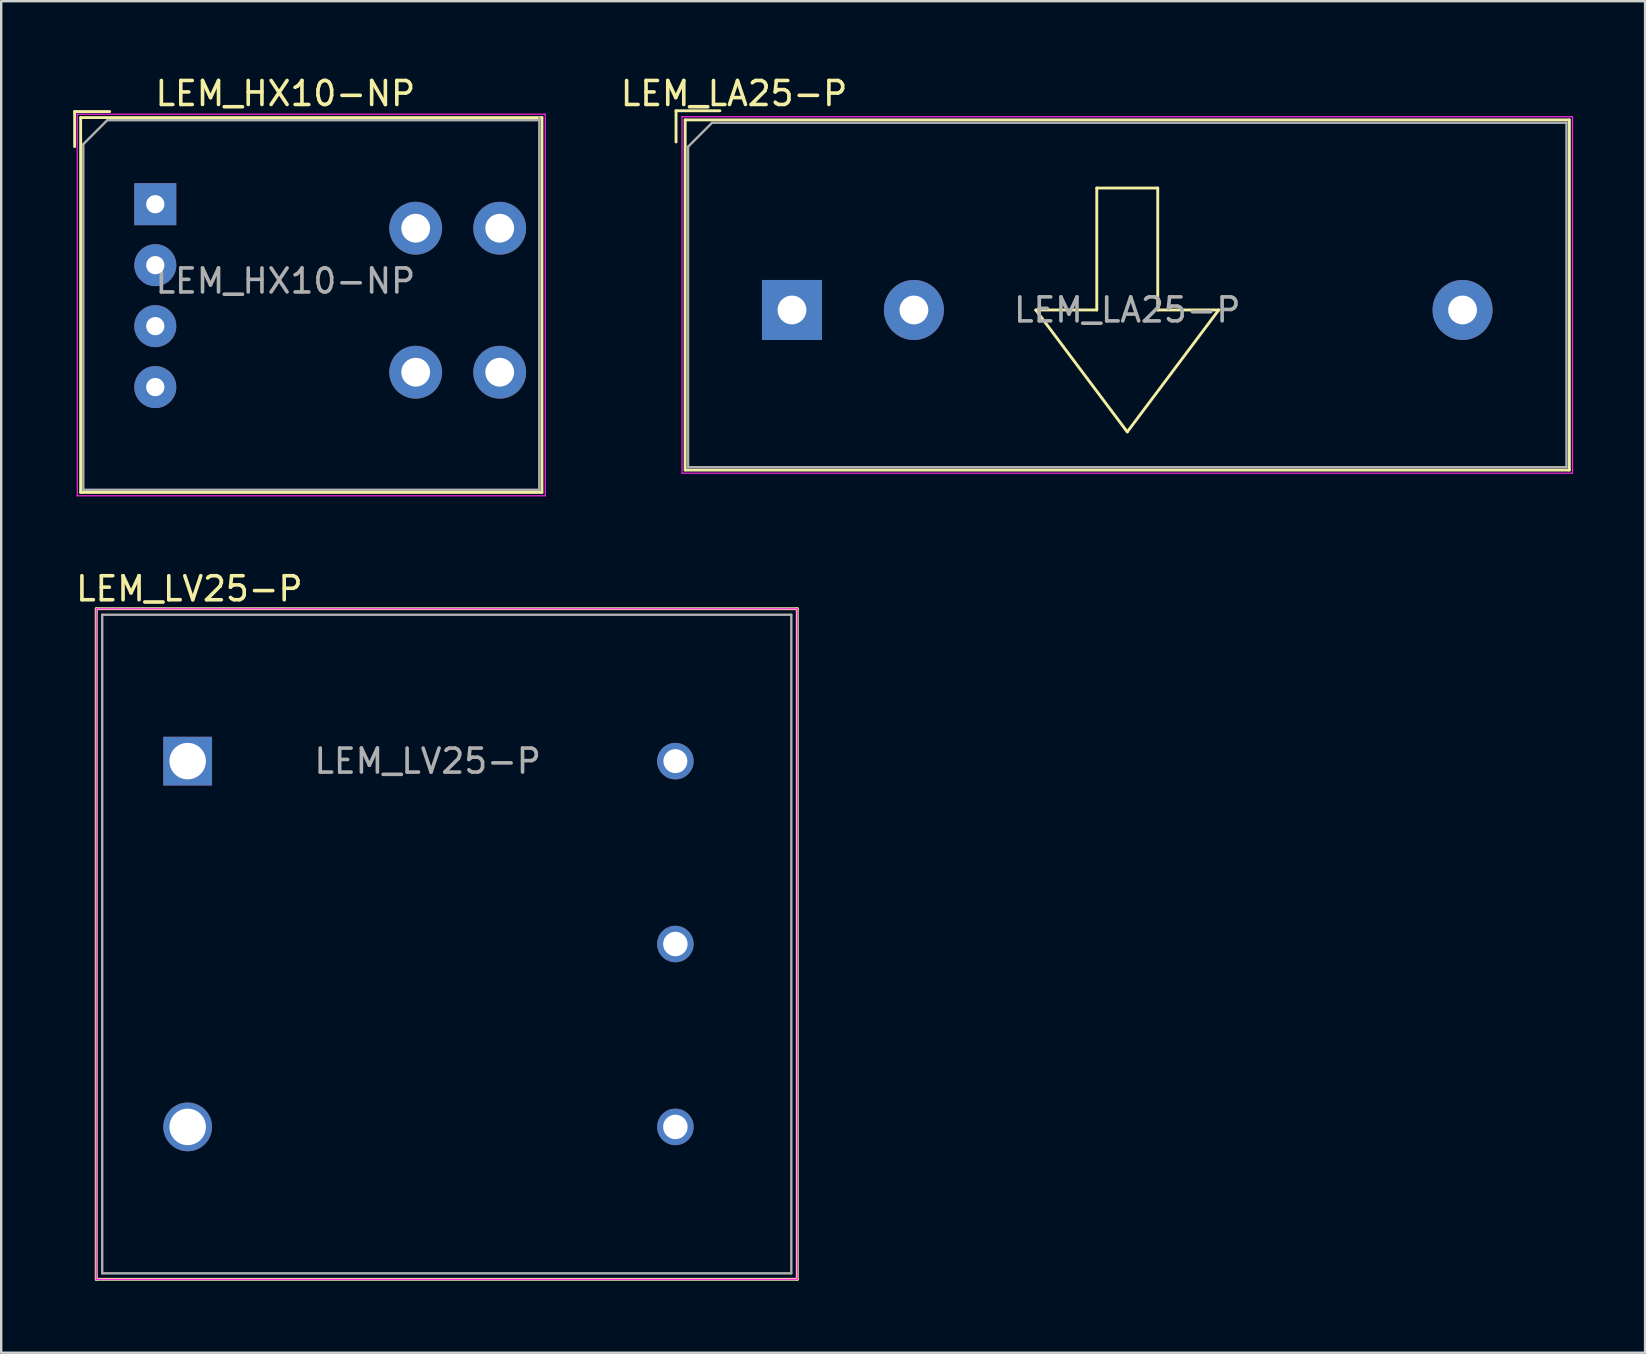
<source format=kicad_pcb>
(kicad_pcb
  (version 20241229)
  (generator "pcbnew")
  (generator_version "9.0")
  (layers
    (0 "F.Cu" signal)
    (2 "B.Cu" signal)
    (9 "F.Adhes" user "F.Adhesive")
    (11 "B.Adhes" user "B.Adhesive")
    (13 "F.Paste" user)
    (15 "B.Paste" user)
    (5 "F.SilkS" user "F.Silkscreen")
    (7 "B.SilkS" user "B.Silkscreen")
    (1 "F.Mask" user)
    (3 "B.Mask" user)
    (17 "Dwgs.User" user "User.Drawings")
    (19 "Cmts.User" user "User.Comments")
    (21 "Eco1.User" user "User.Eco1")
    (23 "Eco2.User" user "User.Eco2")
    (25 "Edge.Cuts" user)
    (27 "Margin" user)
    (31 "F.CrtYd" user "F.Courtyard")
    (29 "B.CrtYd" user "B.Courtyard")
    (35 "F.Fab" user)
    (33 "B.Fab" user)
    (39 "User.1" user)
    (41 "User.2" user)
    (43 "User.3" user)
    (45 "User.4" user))
  (footprint "LEM_LV25-P"
    (layer "F.Cu")
    (at 4.769 28.662)
    (property "Reference" "LEM_LV25-P" (at 0.07 -7.18 180) (layer "F.SilkS") (effects (font (size 1 1) (thickness 0.15))))
    (attr through_hole)
    (fp_line (start -3.81 -6.35) (end 25.4 -6.35) (stroke (width 0.12) (type solid)) (layer "F.SilkS"))
    (fp_line (start -3.81 21.59) (end -3.81 -6.35) (stroke (width 0.12) (type solid)) (layer "F.SilkS"))
    (fp_line (start 25.4 -6.35) (end 25.4 21.59) (stroke (width 0.12) (type solid)) (layer "F.SilkS"))
    (fp_line (start 25.4 21.59) (end -3.81 21.59) (stroke (width 0.12) (type solid)) (layer "F.SilkS"))
    (fp_line (start -3.81 21.59) (end -3.81 -6.35) (stroke (width 0.05) (type solid)) (layer "F.CrtYd"))
    (fp_line (start -3.81 21.59) (end 25.4 21.59) (stroke (width 0.05) (type solid)) (layer "F.CrtYd"))
    (fp_line (start 25.4 -6.35) (end -3.81 -6.35) (stroke (width 0.05) (type solid)) (layer "F.CrtYd"))
    (fp_line (start 25.4 -6.35) (end 25.4 21.59) (stroke (width 0.05) (type solid)) (layer "F.CrtYd"))
    (fp_line (start -3.56 -6.1) (end 25.15 -6.1) (stroke (width 0.1) (type solid)) (layer "F.Fab"))
    (fp_line (start -3.56 21.34) (end -3.56 -6.1) (stroke (width 0.1) (type solid)) (layer "F.Fab"))
    (fp_line (start 25.15 -6.1) (end 25.15 21.34) (stroke (width 0.1) (type solid)) (layer "F.Fab"))
    (fp_line (start 25.15 21.34) (end -3.56 21.34) (stroke (width 0.1) (type solid)) (layer "F.Fab"))
    (fp_text user "${REFERENCE}" (at 10 0 180) (layer "F.Fab") (effects (font (size 1 1) (thickness 0.15))))
    (pad "1" thru_hole rect (at 0 0 90) (size 2.03 2.03) (drill 1.52) (layers "*.Cu" "*.Mask"))
    (pad "3" thru_hole circle (at 0 15.24 90) (size 2.03 2.03) (drill 1.52) (layers "*.Cu" "*.Mask"))
    (pad "4" thru_hole circle (at 20.32 15.24 90) (size 1.52 1.52) (drill 1.02) (layers "*.Cu" "*.Mask"))
    (pad "5" thru_hole circle (at 20.32 7.62 90) (size 1.52 1.52) (drill 1.02) (layers "*.Cu" "*.Mask"))
    (pad "6" thru_hole circle (at 20.32 0 90) (size 1.52 1.52) (drill 1) (layers "*.Cu" "*.Mask")))
  (footprint "LEM_LA25-P"
    (layer "F.Cu")
    (at 29.947 9.865)
    (property "Reference" "LEM_LA25-P" (at -2.413 -9.017 0) (layer "F.SilkS") (effects (font (size 1 1) (thickness 0.15))))
    (attr through_hole)
    (fp_line (start -4.83 -8.3) (end -4.83 -7) (stroke (width 0.12) (type solid)) (layer "F.SilkS"))
    (fp_line (start -4.45 -7.92) (end -4.45 6.67) (stroke (width 0.12) (type solid)) (layer "F.SilkS"))
    (fp_line (start -4.45 6.67) (end 32.39 6.67) (stroke (width 0.12) (type solid)) (layer "F.SilkS"))
    (fp_line (start -3 -8.3) (end -4.83 -8.3) (stroke (width 0.12) (type solid)) (layer "F.SilkS"))
    (fp_line (start 10.16 0) (end 13.97 5.08) (stroke (width 0.12) (type solid)) (layer "F.SilkS"))
    (fp_line (start 12.7 -5.08) (end 12.7 0) (stroke (width 0.12) (type solid)) (layer "F.SilkS"))
    (fp_line (start 12.7 0) (end 10.16 0) (stroke (width 0.12) (type solid)) (layer "F.SilkS"))
    (fp_line (start 13.97 5.08) (end 17.78 0) (stroke (width 0.12) (type solid)) (layer "F.SilkS"))
    (fp_line (start 15.24 -5.08) (end 12.7 -5.08) (stroke (width 0.12) (type solid)) (layer "F.SilkS"))
    (fp_line (start 15.24 0) (end 15.24 -5.08) (stroke (width 0.12) (type solid)) (layer "F.SilkS"))
    (fp_line (start 17.78 0) (end 15.24 0) (stroke (width 0.12) (type solid)) (layer "F.SilkS"))
    (fp_line (start 32.39 -7.92) (end -4.45 -7.92) (stroke (width 0.12) (type solid)) (layer "F.SilkS"))
    (fp_line (start 32.39 6.67) (end 32.39 -7.92) (stroke (width 0.12) (type solid)) (layer "F.SilkS"))
    (fp_line (start -4.58 -8.05) (end -4.58 6.8) (stroke (width 0.05) (type solid)) (layer "F.CrtYd"))
    (fp_line (start -4.58 -8.05) (end 32.52 -8.05) (stroke (width 0.05) (type solid)) (layer "F.CrtYd"))
    (fp_line (start 32.52 6.8) (end -4.58 6.8) (stroke (width 0.05) (type solid)) (layer "F.CrtYd"))
    (fp_line (start 32.52 6.8) (end 32.52 -8.05) (stroke (width 0.05) (type solid)) (layer "F.CrtYd"))
    (fp_line (start -4.33 -6.8) (end -3.33 -7.8) (stroke (width 0.1) (type solid)) (layer "F.Fab"))
    (fp_line (start -4.33 6.55) (end -4.33 -6.8) (stroke (width 0.1) (type solid)) (layer "F.Fab"))
    (fp_line (start -3.33 -7.8) (end 32.27 -7.8) (stroke (width 0.1) (type solid)) (layer "F.Fab"))
    (fp_line (start 32.27 -7.8) (end 32.27 6.55) (stroke (width 0.1) (type solid)) (layer "F.Fab"))
    (fp_line (start 32.27 6.55) (end -4.33 6.55) (stroke (width 0.1) (type solid)) (layer "F.Fab"))
    (fp_text user "${REFERENCE}" (at 13.97 0 0) (layer "F.Fab") (effects (font (size 1 1) (thickness 0.15))))
    (pad "1" thru_hole rect (at 0 0) (size 2.5 2.5) (drill 1.2) (layers "*.Cu" "*.Mask"))
    (pad "2" thru_hole circle (at 5.08 0) (size 2.5 2.5) (drill 1.2) (layers "*.Cu" "*.Mask"))
    (pad "3" thru_hole circle (at 27.94 0) (size 2.5 2.5) (drill 1.2) (layers "*.Cu" "*.Mask")))
  (footprint "LEM_HX10-NP"
    (layer "F.Cu")
    (at 3.42 5.458)
    (property "Reference" "LEM_HX10-NP" (at 5.42 -4.61 0) (layer "F.SilkS") (effects (font (size 1 1) (thickness 0.15))))
    (attr through_hole)
    (fp_line (start -3.36 -2.4) (end -3.36 -3.86) (stroke (width 0.12) (type solid)) (layer "F.SilkS"))
    (fp_line (start -3.11 -3.61) (end -3.11 12.01) (stroke (width 0.12) (type solid)) (layer "F.SilkS"))
    (fp_line (start -3.11 12.01) (end 16.11 12.01) (stroke (width 0.12) (type solid)) (layer "F.SilkS"))
    (fp_line (start -1.9 -3.86) (end -3.36 -3.86) (stroke (width 0.12) (type solid)) (layer "F.SilkS"))
    (fp_line (start 16.11 -3.61) (end -3.11 -3.61) (stroke (width 0.12) (type solid)) (layer "F.SilkS"))
    (fp_line (start 16.11 12.01) (end 16.11 -3.61) (stroke (width 0.12) (type solid)) (layer "F.SilkS"))
    (fp_line (start -3.25 -3.75) (end -3.25 12.15) (stroke (width 0.05) (type solid)) (layer "F.CrtYd"))
    (fp_line (start -3.25 12.15) (end 16.25 12.15) (stroke (width 0.05) (type solid)) (layer "F.CrtYd"))
    (fp_line (start 16.25 -3.75) (end -3.25 -3.75) (stroke (width 0.05) (type solid)) (layer "F.CrtYd"))
    (fp_line (start 16.25 12.15) (end 16.25 -3.75) (stroke (width 0.05) (type solid)) (layer "F.CrtYd"))
    (fp_line (start -3 -2.5) (end -3 11.9) (stroke (width 0.1) (type solid)) (layer "F.Fab"))
    (fp_line (start -3 11.9) (end 16 11.9) (stroke (width 0.1) (type solid)) (layer "F.Fab"))
    (fp_line (start -2 -3.5) (end -3 -2.5) (stroke (width 0.1) (type solid)) (layer "F.Fab"))
    (fp_line (start 16 -3.5) (end -2 -3.5) (stroke (width 0.1) (type solid)) (layer "F.Fab"))
    (fp_line (start 16 11.9) (end 16 -3.61) (stroke (width 0.1) (type solid)) (layer "F.Fab"))
    (fp_text user "${REFERENCE}" (at 5.42 3.2 0) (layer "F.Fab") (effects (font (size 1 1) (thickness 0.15))))
    (pad "1" thru_hole rect (at 0 0) (size 1.75 1.75) (drill 0.76) (layers "*.Cu" "*.Mask"))
    (pad "2" thru_hole circle (at 0 2.54) (size 1.75 1.75) (drill 0.76) (layers "*.Cu" "*.Mask"))
    (pad "3" thru_hole circle (at 0 5.08) (size 1.75 1.75) (drill 0.76) (layers "*.Cu" "*.Mask"))
    (pad "4" thru_hole circle (at 0 7.62) (size 1.75 1.75) (drill 0.76) (layers "*.Cu" "*.Mask"))
    (pad "5" thru_hole circle (at 10.85 1) (size 2.2 2.2) (drill 1.2) (layers "*.Cu" "*.Mask"))
    (pad "6" thru_hole circle (at 10.85 7) (size 2.2 2.2) (drill 1.2) (layers "*.Cu" "*.Mask"))
    (pad "7" thru_hole circle (at 14.35 1) (size 2.2 2.2) (drill 1.2) (layers "*.Cu" "*.Mask"))
    (pad "8" thru_hole circle (at 14.35 7) (size 2.2 2.2) (drill 1.2) (layers "*.Cu" "*.Mask")))
  (gr_rect
    (start -3 -3)
    (end 65.492 53.312)
    (stroke (width 0.1) (type default))
    (fill no)
    (layer "Edge.Cuts")))
</source>
